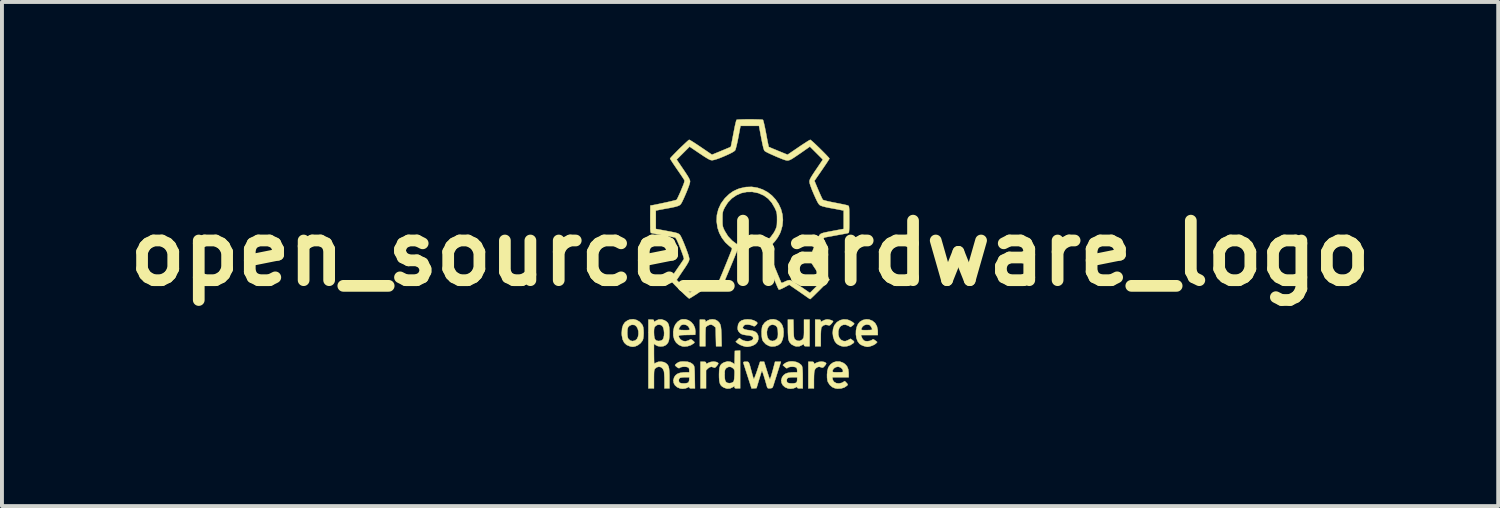
<source format=kicad_pcb>
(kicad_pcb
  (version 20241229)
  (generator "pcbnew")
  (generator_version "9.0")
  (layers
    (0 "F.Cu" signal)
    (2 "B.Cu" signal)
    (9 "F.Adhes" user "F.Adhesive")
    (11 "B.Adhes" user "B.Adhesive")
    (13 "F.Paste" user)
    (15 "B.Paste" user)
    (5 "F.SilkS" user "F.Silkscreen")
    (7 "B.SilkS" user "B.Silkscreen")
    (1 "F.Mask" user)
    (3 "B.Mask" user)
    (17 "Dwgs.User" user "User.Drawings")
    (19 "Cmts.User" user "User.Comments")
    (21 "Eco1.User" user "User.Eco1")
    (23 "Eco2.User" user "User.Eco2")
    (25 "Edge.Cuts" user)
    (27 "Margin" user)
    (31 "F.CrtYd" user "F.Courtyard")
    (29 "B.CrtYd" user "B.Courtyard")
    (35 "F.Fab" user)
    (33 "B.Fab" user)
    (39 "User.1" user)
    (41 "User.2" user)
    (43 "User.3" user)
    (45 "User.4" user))
  (footprint "open_source_hardware_logo"
    (layer "F.Cu")
    (at 16.154 3.434)
    (property "Reference" "open_source_hardware_logo" (at 0 0 0) (layer "F.SilkS") (effects (font (size 1.524 1.524) (thickness 0.3))))
    (attr through_hole)
    (fp_poly (pts (xy -0.869 2.783) (xy -0.843 2.793) (xy -0.819 2.809) (xy -0.813 2.826) (xy -0.827 2.852) (xy -0.855 2.887) (xy -0.885 2.92) (xy -0.907 2.931) (xy -0.93 2.924) (xy -0.933 2.923) (xy -0.988 2.906) (xy -1.04 2.92) (xy -1.081 2.952) (xy -1.127 2.998) (xy -1.127 3.461) (xy -1.27 3.461) (xy -1.27 2.778) (xy -1.199 2.778) (xy -1.154 2.78) (xy -1.133 2.789) (xy -1.127 2.808) (xy -1.127 2.809) (xy -1.126 2.828) (xy -1.116 2.831) (xy -1.09 2.819) (xy -1.07 2.807) (xy -1.007 2.783) (xy -0.935 2.774) (xy -0.869 2.783)) (stroke (width 0.01) (type solid)) (fill yes) (layer "F.SilkS"))
    (fp_poly (pts (xy 1.893 2.783) (xy 1.919 2.793) (xy 1.944 2.81) (xy 1.949 2.828) (xy 1.934 2.855) (xy 1.909 2.886) (xy 1.88 2.918) (xy 1.857 2.929) (xy 1.829 2.924) (xy 1.813 2.918) (xy 1.771 2.906) (xy 1.738 2.912) (xy 1.718 2.922) (xy 1.687 2.943) (xy 1.665 2.969) (xy 1.65 3.007) (xy 1.641 3.06) (xy 1.637 3.135) (xy 1.635 3.236) (xy 1.635 3.242) (xy 1.635 3.461) (xy 1.492 3.461) (xy 1.492 2.778) (xy 1.564 2.778) (xy 1.608 2.78) (xy 1.63 2.789) (xy 1.635 2.808) (xy 1.635 2.809) (xy 1.637 2.828) (xy 1.647 2.831) (xy 1.672 2.819) (xy 1.692 2.807) (xy 1.755 2.783) (xy 1.827 2.774) (xy 1.893 2.783)) (stroke (width 0.01) (type solid)) (fill yes) (layer "F.SilkS"))
    (fp_poly (pts (xy 2.015 1.698) (xy 2.061 1.709) (xy 2.101 1.723) (xy 2.124 1.739) (xy 2.127 1.744) (xy 2.117 1.761) (xy 2.093 1.793) (xy 2.082 1.806) (xy 2.052 1.837) (xy 2.029 1.848) (xy 2 1.843) (xy 1.989 1.839) (xy 1.931 1.831) (xy 1.875 1.848) (xy 1.835 1.886) (xy 1.828 1.899) (xy 1.82 1.931) (xy 1.815 1.99) (xy 1.811 2.069) (xy 1.81 2.16) (xy 1.81 2.381) (xy 1.667 2.381) (xy 1.667 1.699) (xy 1.738 1.699) (xy 1.783 1.701) (xy 1.804 1.709) (xy 1.81 1.728) (xy 1.81 1.73) (xy 1.811 1.749) (xy 1.821 1.752) (xy 1.847 1.739) (xy 1.865 1.728) (xy 1.916 1.706) (xy 1.967 1.694) (xy 1.974 1.694) (xy 2.015 1.698)) (stroke (width 0.01) (type solid)) (fill yes) (layer "F.SilkS"))
    (fp_poly (pts (xy -0.894 1.701) (xy -0.845 1.725) (xy -0.808 1.756) (xy -0.781 1.788) (xy -0.761 1.829) (xy -0.748 1.881) (xy -0.74 1.952) (xy -0.735 2.045) (xy -0.733 2.123) (xy -0.727 2.381) (xy -0.87 2.381) (xy -0.876 2.142) (xy -0.881 1.902) (xy -0.926 1.864) (xy -0.964 1.838) (xy -0.998 1.826) (xy -1.002 1.826) (xy -1.045 1.835) (xy -1.091 1.857) (xy -1.125 1.884) (xy -1.133 1.898) (xy -1.137 1.922) (xy -1.14 1.972) (xy -1.142 2.041) (xy -1.143 2.122) (xy -1.143 2.152) (xy -1.143 2.381) (xy -1.286 2.381) (xy -1.286 1.699) (xy -1.214 1.699) (xy -1.17 1.701) (xy -1.149 1.709) (xy -1.143 1.728) (xy -1.143 1.731) (xy -1.142 1.751) (xy -1.132 1.753) (xy -1.107 1.736) (xy -1.095 1.728) (xy -1.035 1.7) (xy -0.964 1.691) (xy -0.894 1.701)) (stroke (width 0.01) (type solid)) (fill yes) (layer "F.SilkS"))
    (fp_poly (pts (xy 1.114 1.936) (xy 1.116 2.029) (xy 1.119 2.095) (xy 1.123 2.14) (xy 1.13 2.17) (xy 1.139 2.191) (xy 1.152 2.207) (xy 1.155 2.209) (xy 1.206 2.24) (xy 1.264 2.245) (xy 1.318 2.223) (xy 1.343 2.201) (xy 1.358 2.182) (xy 1.369 2.162) (xy 1.375 2.135) (xy 1.379 2.094) (xy 1.381 2.035) (xy 1.381 1.951) (xy 1.381 1.928) (xy 1.381 1.699) (xy 1.524 1.699) (xy 1.524 2.381) (xy 1.453 2.381) (xy 1.408 2.379) (xy 1.387 2.371) (xy 1.381 2.352) (xy 1.381 2.349) (xy 1.38 2.328) (xy 1.37 2.326) (xy 1.344 2.343) (xy 1.337 2.347) (xy 1.263 2.382) (xy 1.183 2.385) (xy 1.136 2.373) (xy 1.059 2.332) (xy 1.007 2.272) (xy 0.984 2.213) (xy 0.978 2.174) (xy 0.974 2.112) (xy 0.97 2.033) (xy 0.969 1.947) (xy 0.969 1.925) (xy 0.968 1.699) (xy 1.109 1.699) (xy 1.114 1.936)) (stroke (width 0.01) (type solid)) (fill yes) (layer "F.SilkS"))
    (fp_poly (pts (xy 2.487 1.699) (xy 2.488 1.699) (xy 2.537 1.716) (xy 2.588 1.74) (xy 2.632 1.768) (xy 2.661 1.794) (xy 2.667 1.808) (xy 2.655 1.824) (xy 2.627 1.849) (xy 2.62 1.854) (xy 2.573 1.889) (xy 2.516 1.855) (xy 2.447 1.829) (xy 2.381 1.833) (xy 2.325 1.862) (xy 2.283 1.915) (xy 2.261 1.989) (xy 2.26 1.995) (xy 2.26 2.086) (xy 2.282 2.161) (xy 2.325 2.214) (xy 2.339 2.224) (xy 2.392 2.248) (xy 2.441 2.251) (xy 2.497 2.23) (xy 2.513 2.222) (xy 2.573 2.19) (xy 2.62 2.223) (xy 2.655 2.252) (xy 2.665 2.273) (xy 2.649 2.296) (xy 2.639 2.305) (xy 2.565 2.353) (xy 2.48 2.381) (xy 2.394 2.388) (xy 2.33 2.375) (xy 2.258 2.343) (xy 2.207 2.304) (xy 2.168 2.25) (xy 2.157 2.227) (xy 2.127 2.138) (xy 2.116 2.04) (xy 2.125 1.942) (xy 2.153 1.857) (xy 2.161 1.841) (xy 2.223 1.766) (xy 2.301 1.716) (xy 2.391 1.693) (xy 2.487 1.699)) (stroke (width 0.01) (type solid)) (fill yes) (layer "F.SilkS"))
    (fp_poly (pts (xy 0.681 1.708) (xy 0.751 1.749) (xy 0.808 1.813) (xy 0.827 1.848) (xy 0.851 1.927) (xy 0.859 2.018) (xy 0.854 2.112) (xy 0.835 2.201) (xy 0.804 2.275) (xy 0.781 2.307) (xy 0.719 2.354) (xy 0.64 2.382) (xy 0.556 2.388) (xy 0.487 2.374) (xy 0.402 2.327) (xy 0.337 2.257) (xy 0.321 2.23) (xy 0.307 2.183) (xy 0.298 2.115) (xy 0.295 2.037) (xy 0.296 2.012) (xy 0.43 2.012) (xy 0.434 2.097) (xy 0.445 2.147) (xy 0.475 2.203) (xy 0.521 2.237) (xy 0.576 2.248) (xy 0.633 2.234) (xy 0.679 2.198) (xy 0.699 2.169) (xy 0.71 2.135) (xy 0.714 2.084) (xy 0.714 2.048) (xy 0.71 1.963) (xy 0.696 1.903) (xy 0.67 1.864) (xy 0.632 1.84) (xy 0.57 1.828) (xy 0.516 1.843) (xy 0.473 1.881) (xy 0.444 1.939) (xy 0.43 2.012) (xy 0.296 2.012) (xy 0.298 1.96) (xy 0.307 1.893) (xy 0.321 1.849) (xy 0.376 1.775) (xy 0.444 1.724) (xy 0.522 1.695) (xy 0.603 1.69) (xy 0.681 1.708)) (stroke (width 0.01) (type solid)) (fill yes) (layer "F.SilkS"))
    (fp_poly (pts (xy -2.903 1.71) (xy -2.826 1.756) (xy -2.765 1.824) (xy -2.75 1.849) (xy -2.735 1.897) (xy -2.727 1.966) (xy -2.724 2.044) (xy -2.728 2.122) (xy -2.737 2.19) (xy -2.751 2.233) (xy -2.802 2.3) (xy -2.872 2.354) (xy -2.933 2.381) (xy -2.976 2.391) (xy -3.006 2.394) (xy -3.041 2.39) (xy -3.078 2.381) (xy -3.16 2.347) (xy -3.222 2.289) (xy -3.263 2.207) (xy -3.283 2.101) (xy -3.286 2.041) (xy -3.283 2.008) (xy -3.143 2.008) (xy -3.142 2.076) (xy -3.135 2.138) (xy -3.122 2.182) (xy -3.118 2.188) (xy -3.07 2.234) (xy -3.012 2.25) (xy -2.948 2.236) (xy -2.938 2.231) (xy -2.895 2.193) (xy -2.869 2.137) (xy -2.857 2.069) (xy -2.859 1.998) (xy -2.876 1.932) (xy -2.906 1.877) (xy -2.949 1.841) (xy -2.964 1.836) (xy -3.026 1.831) (xy -3.081 1.851) (xy -3.121 1.89) (xy -3.125 1.899) (xy -3.138 1.946) (xy -3.143 2.008) (xy -3.283 2.008) (xy -3.277 1.925) (xy -3.249 1.834) (xy -3.202 1.766) (xy -3.134 1.719) (xy -3.075 1.697) (xy -2.988 1.689) (xy -2.903 1.71)) (stroke (width 0.01) (type solid)) (fill yes) (layer "F.SilkS"))
    (fp_poly (pts (xy 2.297 2.773) (xy 2.379 2.803) (xy 2.43 2.837) (xy 2.482 2.895) (xy 2.512 2.967) (xy 2.524 3.058) (xy 2.524 3.079) (xy 2.524 3.175) (xy 2.111 3.175) (xy 2.111 3.215) (xy 2.124 3.256) (xy 2.153 3.295) (xy 2.208 3.326) (xy 2.275 3.334) (xy 2.345 3.319) (xy 2.376 3.303) (xy 2.425 3.273) (xy 2.468 3.317) (xy 2.494 3.347) (xy 2.5 3.366) (xy 2.487 3.384) (xy 2.484 3.388) (xy 2.416 3.435) (xy 2.331 3.462) (xy 2.237 3.467) (xy 2.178 3.458) (xy 2.105 3.427) (xy 2.041 3.371) (xy 1.996 3.301) (xy 1.983 3.267) (xy 1.972 3.191) (xy 1.971 3.103) (xy 1.98 3.016) (xy 1.98 3.016) (xy 2.111 3.016) (xy 2.114 3.031) (xy 2.125 3.041) (xy 2.151 3.046) (xy 2.199 3.048) (xy 2.246 3.048) (xy 2.312 3.047) (xy 2.352 3.045) (xy 2.373 3.038) (xy 2.38 3.027) (xy 2.381 3.016) (xy 2.367 2.972) (xy 2.33 2.934) (xy 2.281 2.91) (xy 2.246 2.905) (xy 2.193 2.917) (xy 2.147 2.947) (xy 2.117 2.988) (xy 2.111 3.016) (xy 1.98 3.016) (xy 1.998 2.941) (xy 2.01 2.913) (xy 2.063 2.842) (xy 2.132 2.794) (xy 2.212 2.771) (xy 2.297 2.773)) (stroke (width 0.01) (type solid)) (fill yes) (layer "F.SilkS"))
    (fp_poly (pts (xy -0.254 3.461) (xy -0.325 3.461) (xy -0.37 3.459) (xy -0.391 3.45) (xy -0.397 3.431) (xy -0.397 3.429) (xy -0.398 3.408) (xy -0.408 3.406) (xy -0.434 3.423) (xy -0.441 3.427) (xy -0.514 3.462) (xy -0.591 3.466) (xy -0.667 3.441) (xy -0.716 3.412) (xy -0.75 3.377) (xy -0.773 3.331) (xy -0.787 3.269) (xy -0.793 3.184) (xy -0.794 3.112) (xy -0.651 3.112) (xy -0.648 3.195) (xy -0.639 3.253) (xy -0.62 3.291) (xy -0.592 3.314) (xy -0.582 3.318) (xy -0.531 3.327) (xy -0.476 3.319) (xy -0.432 3.296) (xy -0.429 3.293) (xy -0.415 3.266) (xy -0.405 3.214) (xy -0.4 3.135) (xy -0.399 3.128) (xy -0.397 3.059) (xy -0.398 3.015) (xy -0.405 2.986) (xy -0.417 2.964) (xy -0.434 2.946) (xy -0.487 2.912) (xy -0.544 2.907) (xy -0.599 2.932) (xy -0.612 2.944) (xy -0.632 2.967) (xy -0.643 2.993) (xy -0.649 3.03) (xy -0.651 3.088) (xy -0.651 3.112) (xy -0.794 3.112) (xy -0.794 3.111) (xy -0.791 3.01) (xy -0.782 2.935) (xy -0.765 2.88) (xy -0.736 2.84) (xy -0.694 2.81) (xy -0.658 2.792) (xy -0.576 2.77) (xy -0.499 2.779) (xy -0.437 2.812) (xy -0.398 2.843) (xy -0.389 2.5) (xy -0.321 2.495) (xy -0.254 2.491) (xy -0.254 3.461)) (stroke (width 0.01) (type solid)) (fill yes) (layer "F.SilkS"))
    (fp_poly (pts (xy 3.046 1.696) (xy 3.134 1.731) (xy 3.202 1.788) (xy 3.247 1.867) (xy 3.268 1.965) (xy 3.27 2.004) (xy 3.27 2.095) (xy 2.839 2.095) (xy 2.85 2.131) (xy 2.88 2.196) (xy 2.921 2.238) (xy 2.946 2.248) (xy 3.001 2.253) (xy 3.061 2.245) (xy 3.111 2.226) (xy 3.126 2.216) (xy 3.145 2.203) (xy 3.166 2.207) (xy 3.198 2.229) (xy 3.204 2.233) (xy 3.256 2.274) (xy 3.221 2.312) (xy 3.183 2.339) (xy 3.128 2.365) (xy 3.067 2.385) (xy 3.014 2.396) (xy 3.001 2.396) (xy 2.972 2.391) (xy 2.926 2.379) (xy 2.907 2.373) (xy 2.855 2.352) (xy 2.81 2.324) (xy 2.801 2.317) (xy 2.754 2.253) (xy 2.723 2.17) (xy 2.71 2.077) (xy 2.712 1.98) (xy 2.719 1.95) (xy 2.846 1.95) (xy 2.851 1.96) (xy 2.87 1.966) (xy 2.908 1.968) (xy 2.972 1.968) (xy 2.983 1.968) (xy 3.057 1.967) (xy 3.106 1.962) (xy 3.127 1.954) (xy 3.127 1.952) (xy 3.118 1.918) (xy 3.096 1.878) (xy 3.069 1.845) (xy 3.055 1.835) (xy 2.987 1.824) (xy 2.925 1.841) (xy 2.876 1.882) (xy 2.85 1.933) (xy 2.846 1.95) (xy 2.719 1.95) (xy 2.731 1.889) (xy 2.766 1.81) (xy 2.812 1.755) (xy 2.888 1.71) (xy 2.974 1.691) (xy 3.046 1.696)) (stroke (width 0.01) (type solid)) (fill yes) (layer "F.SilkS"))
    (fp_poly (pts (xy -1.573 1.717) (xy -1.503 1.765) (xy -1.447 1.833) (xy -1.411 1.915) (xy -1.399 2.006) (xy -1.4 2.029) (xy -1.405 2.088) (xy -1.615 2.092) (xy -1.7 2.094) (xy -1.759 2.097) (xy -1.796 2.1) (xy -1.816 2.107) (xy -1.824 2.116) (xy -1.826 2.129) (xy -1.815 2.16) (xy -1.788 2.198) (xy -1.779 2.208) (xy -1.721 2.245) (xy -1.654 2.254) (xy -1.583 2.236) (xy -1.563 2.225) (xy -1.532 2.207) (xy -1.51 2.205) (xy -1.484 2.221) (xy -1.464 2.238) (xy -1.432 2.266) (xy -1.423 2.283) (xy -1.433 2.299) (xy -1.44 2.305) (xy -1.512 2.351) (xy -1.597 2.38) (xy -1.684 2.389) (xy -1.738 2.383) (xy -1.825 2.346) (xy -1.893 2.287) (xy -1.94 2.208) (xy -1.965 2.113) (xy -1.967 2.006) (xy -1.956 1.952) (xy -1.826 1.952) (xy -1.81 1.96) (xy -1.767 1.966) (xy -1.698 1.968) (xy -1.682 1.968) (xy -1.614 1.968) (xy -1.572 1.966) (xy -1.551 1.961) (xy -1.545 1.951) (xy -1.548 1.936) (xy -1.549 1.933) (xy -1.581 1.874) (xy -1.633 1.837) (xy -1.696 1.824) (xy -1.753 1.835) (xy -1.778 1.856) (xy -1.804 1.894) (xy -1.822 1.933) (xy -1.826 1.952) (xy -1.956 1.952) (xy -1.945 1.894) (xy -1.909 1.818) (xy -1.855 1.754) (xy -1.79 1.709) (xy -1.741 1.692) (xy -1.654 1.691) (xy -1.573 1.717)) (stroke (width 0.01) (type solid)) (fill yes) (layer "F.SilkS"))
    (fp_poly (pts (xy 1.18 2.783) (xy 1.252 2.814) (xy 1.308 2.859) (xy 1.329 2.89) (xy 1.338 2.924) (xy 1.344 2.986) (xy 1.348 3.077) (xy 1.349 3.195) (xy 1.349 3.461) (xy 1.278 3.461) (xy 1.231 3.458) (xy 1.21 3.447) (xy 1.206 3.437) (xy 1.203 3.421) (xy 1.187 3.425) (xy 1.171 3.435) (xy 1.11 3.46) (xy 1.037 3.469) (xy 0.973 3.462) (xy 0.895 3.429) (xy 0.839 3.379) (xy 0.806 3.317) (xy 0.8 3.26) (xy 0.937 3.26) (xy 0.947 3.299) (xy 0.964 3.317) (xy 1.003 3.328) (xy 1.058 3.333) (xy 1.116 3.331) (xy 1.163 3.322) (xy 1.176 3.317) (xy 1.198 3.294) (xy 1.206 3.251) (xy 1.206 3.238) (xy 1.206 3.175) (xy 1.102 3.175) (xy 1.043 3.177) (xy 0.994 3.184) (xy 0.967 3.191) (xy 0.944 3.22) (xy 0.937 3.26) (xy 0.8 3.26) (xy 0.799 3.248) (xy 0.819 3.178) (xy 0.855 3.125) (xy 0.902 3.088) (xy 0.968 3.063) (xy 1.058 3.051) (xy 1.123 3.049) (xy 1.206 3.048) (xy 1.206 2.993) (xy 1.198 2.945) (xy 1.176 2.922) (xy 1.132 2.909) (xy 1.076 2.905) (xy 1.02 2.91) (xy 0.977 2.923) (xy 0.967 2.93) (xy 0.947 2.944) (xy 0.928 2.941) (xy 0.899 2.919) (xy 0.889 2.91) (xy 0.839 2.865) (xy 0.878 2.828) (xy 0.94 2.79) (xy 1.015 2.77) (xy 1.098 2.769) (xy 1.18 2.783)) (stroke (width 0.01) (type solid)) (fill yes) (layer "F.SilkS"))
    (fp_poly (pts (xy 0.02 1.698) (xy 0.089 1.717) (xy 0.115 1.729) (xy 0.165 1.757) (xy 0.186 1.781) (xy 0.18 1.808) (xy 0.151 1.841) (xy 0.124 1.864) (xy 0.102 1.869) (xy 0.069 1.857) (xy 0.058 1.852) (xy 0.006 1.835) (xy -0.054 1.826) (xy -0.07 1.826) (xy -0.119 1.829) (xy -0.148 1.842) (xy -0.169 1.866) (xy -0.186 1.897) (xy -0.184 1.916) (xy -0.169 1.933) (xy -0.134 1.951) (xy -0.071 1.965) (xy -0.024 1.97) (xy 0.068 1.985) (xy 0.134 2.011) (xy 0.178 2.05) (xy 0.205 2.106) (xy 0.207 2.113) (xy 0.214 2.193) (xy 0.192 2.263) (xy 0.144 2.321) (xy 0.072 2.363) (xy 0.016 2.38) (xy -0.039 2.391) (xy -0.077 2.395) (xy -0.113 2.391) (xy -0.161 2.379) (xy -0.177 2.375) (xy -0.238 2.352) (xy -0.296 2.32) (xy -0.31 2.311) (xy -0.368 2.266) (xy -0.321 2.219) (xy -0.274 2.171) (xy -0.225 2.207) (xy -0.171 2.235) (xy -0.109 2.25) (xy -0.046 2.252) (xy 0.011 2.242) (xy 0.055 2.221) (xy 0.078 2.19) (xy 0.079 2.176) (xy 0.071 2.144) (xy 0.042 2.123) (xy -0.012 2.108) (xy -0.04 2.104) (xy -0.119 2.094) (xy -0.173 2.084) (xy -0.211 2.072) (xy -0.238 2.058) (xy -0.263 2.036) (xy -0.269 2.03) (xy -0.302 1.99) (xy -0.316 1.948) (xy -0.318 1.911) (xy -0.306 1.826) (xy -0.273 1.763) (xy -0.215 1.72) (xy -0.134 1.697) (xy -0.063 1.692) (xy 0.02 1.698)) (stroke (width 0.01) (type solid)) (fill yes) (layer "F.SilkS"))
    (fp_poly (pts (xy -0.057 2.78) (xy -0.041 2.789) (xy -0.028 2.809) (xy -0.014 2.843) (xy 0.002 2.897) (xy 0.023 2.975) (xy 0.041 3.04) (xy 0.059 3.108) (xy 0.076 3.166) (xy 0.089 3.206) (xy 0.094 3.218) (xy 0.102 3.211) (xy 0.118 3.178) (xy 0.139 3.124) (xy 0.165 3.054) (xy 0.18 3.008) (xy 0.256 2.778) (xy 0.36 2.778) (xy 0.428 2.996) (xy 0.453 3.075) (xy 0.475 3.143) (xy 0.493 3.194) (xy 0.504 3.223) (xy 0.506 3.226) (xy 0.514 3.216) (xy 0.528 3.18) (xy 0.546 3.123) (xy 0.567 3.05) (xy 0.579 3.008) (xy 0.64 2.778) (xy 0.79 2.778) (xy 0.702 3.052) (xy 0.673 3.145) (xy 0.645 3.232) (xy 0.621 3.306) (xy 0.604 3.362) (xy 0.595 3.389) (xy 0.58 3.43) (xy 0.561 3.449) (xy 0.524 3.457) (xy 0.511 3.458) (xy 0.469 3.459) (xy 0.448 3.449) (xy 0.435 3.422) (xy 0.432 3.41) (xy 0.402 3.304) (xy 0.374 3.208) (xy 0.349 3.127) (xy 0.328 3.064) (xy 0.312 3.023) (xy 0.304 3.009) (xy 0.303 3.009) (xy 0.296 3.027) (xy 0.281 3.069) (xy 0.262 3.131) (xy 0.239 3.206) (xy 0.23 3.236) (xy 0.165 3.453) (xy 0.102 3.458) (xy 0.039 3.462) (xy -0.062 3.148) (xy -0.093 3.052) (xy -0.121 2.965) (xy -0.144 2.892) (xy -0.161 2.839) (xy -0.17 2.809) (xy -0.171 2.806) (xy -0.171 2.789) (xy -0.154 2.78) (xy -0.113 2.778) (xy -0.106 2.778) (xy -0.078 2.778) (xy -0.057 2.78)) (stroke (width 0.01) (type solid)) (fill yes) (layer "F.SilkS"))
    (fp_poly (pts (xy -1.6 2.778) (xy -1.528 2.8) (xy -1.471 2.838) (xy -1.453 2.857) (xy -1.441 2.873) (xy -1.433 2.892) (xy -1.426 2.922) (xy -1.422 2.965) (xy -1.419 3.028) (xy -1.417 3.115) (xy -1.416 3.177) (xy -1.411 3.461) (xy -1.483 3.461) (xy -1.531 3.458) (xy -1.552 3.448) (xy -1.556 3.437) (xy -1.559 3.421) (xy -1.575 3.425) (xy -1.591 3.435) (xy -1.652 3.46) (xy -1.726 3.469) (xy -1.79 3.462) (xy -1.867 3.429) (xy -1.923 3.379) (xy -1.956 3.317) (xy -1.962 3.26) (xy -1.826 3.26) (xy -1.815 3.299) (xy -1.798 3.317) (xy -1.758 3.329) (xy -1.704 3.333) (xy -1.647 3.33) (xy -1.601 3.32) (xy -1.581 3.309) (xy -1.563 3.276) (xy -1.556 3.231) (xy -1.556 3.229) (xy -1.556 3.175) (xy -1.66 3.175) (xy -1.719 3.177) (xy -1.769 3.184) (xy -1.795 3.191) (xy -1.819 3.22) (xy -1.826 3.26) (xy -1.962 3.26) (xy -1.963 3.248) (xy -1.943 3.178) (xy -1.908 3.125) (xy -1.86 3.088) (xy -1.794 3.063) (xy -1.704 3.051) (xy -1.639 3.049) (xy -1.556 3.048) (xy -1.556 2.993) (xy -1.564 2.945) (xy -1.586 2.922) (xy -1.629 2.909) (xy -1.684 2.905) (xy -1.739 2.91) (xy -1.782 2.921) (xy -1.793 2.929) (xy -1.814 2.942) (xy -1.836 2.938) (xy -1.87 2.917) (xy -1.902 2.89) (xy -1.92 2.869) (xy -1.92 2.865) (xy -1.909 2.848) (xy -1.878 2.821) (xy -1.863 2.81) (xy -1.825 2.788) (xy -1.786 2.777) (xy -1.732 2.772) (xy -1.692 2.772) (xy -1.6 2.778)) (stroke (width 0.01) (type solid)) (fill yes) (layer "F.SilkS"))
    (fp_poly (pts (xy -2.19 1.718) (xy -2.141 1.748) (xy -2.106 1.784) (xy -2.083 1.832) (xy -2.07 1.897) (xy -2.064 1.984) (xy -2.064 2.04) (xy -2.067 2.142) (xy -2.076 2.219) (xy -2.094 2.276) (xy -2.123 2.32) (xy -2.163 2.355) (xy -2.22 2.38) (xy -2.29 2.387) (xy -2.36 2.377) (xy -2.415 2.351) (xy -2.461 2.317) (xy -2.461 2.571) (xy -2.46 2.657) (xy -2.459 2.731) (xy -2.457 2.786) (xy -2.454 2.819) (xy -2.452 2.826) (xy -2.434 2.818) (xy -2.405 2.801) (xy -2.35 2.78) (xy -2.281 2.775) (xy -2.212 2.787) (xy -2.174 2.803) (xy -2.137 2.829) (xy -2.108 2.859) (xy -2.088 2.898) (xy -2.075 2.951) (xy -2.068 3.023) (xy -2.064 3.118) (xy -2.064 3.203) (xy -2.064 3.461) (xy -2.191 3.461) (xy -2.191 3.266) (xy -2.192 3.185) (xy -2.196 3.109) (xy -2.201 3.048) (xy -2.207 3.013) (xy -2.236 2.954) (xy -2.281 2.917) (xy -2.334 2.905) (xy -2.388 2.919) (xy -2.422 2.944) (xy -2.437 2.96) (xy -2.447 2.978) (xy -2.454 3.002) (xy -2.458 3.038) (xy -2.46 3.093) (xy -2.461 3.17) (xy -2.461 3.222) (xy -2.461 3.461) (xy -2.603 3.461) (xy -2.603 2.022) (xy -2.461 2.022) (xy -2.457 2.112) (xy -2.446 2.175) (xy -2.425 2.216) (xy -2.393 2.238) (xy -2.344 2.247) (xy -2.289 2.24) (xy -2.246 2.22) (xy -2.241 2.216) (xy -2.217 2.173) (xy -2.203 2.111) (xy -2.2 2.039) (xy -2.207 1.967) (xy -2.223 1.904) (xy -2.248 1.86) (xy -2.254 1.854) (xy -2.308 1.829) (xy -2.367 1.831) (xy -2.419 1.862) (xy -2.422 1.865) (xy -2.442 1.889) (xy -2.454 1.916) (xy -2.459 1.956) (xy -2.461 2.019) (xy -2.461 2.022) (xy -2.603 2.022) (xy -2.603 1.699) (xy -2.532 1.699) (xy -2.487 1.701) (xy -2.466 1.709) (xy -2.461 1.728) (xy -2.461 1.731) (xy -2.459 1.752) (xy -2.449 1.754) (xy -2.423 1.737) (xy -2.417 1.732) (xy -2.343 1.697) (xy -2.267 1.693) (xy -2.19 1.718)) (stroke (width 0.01) (type solid)) (fill yes) (layer "F.SilkS"))
    (fp_poly (pts (xy 0.09 -3.428) (xy 0.178 -3.426) (xy 0.25 -3.424) (xy 0.301 -3.421) (xy 0.327 -3.417) (xy 0.328 -3.417) (xy 0.337 -3.398) (xy 0.349 -3.353) (xy 0.365 -3.286) (xy 0.383 -3.202) (xy 0.402 -3.106) (xy 0.41 -3.067) (xy 0.428 -2.968) (xy 0.445 -2.879) (xy 0.46 -2.807) (xy 0.471 -2.754) (xy 0.477 -2.727) (xy 0.478 -2.724) (xy 0.494 -2.716) (xy 0.535 -2.698) (xy 0.594 -2.673) (xy 0.668 -2.643) (xy 0.722 -2.62) (xy 0.96 -2.523) (xy 1.241 -2.714) (xy 1.325 -2.771) (xy 1.401 -2.82) (xy 1.464 -2.861) (xy 1.512 -2.89) (xy 1.539 -2.904) (xy 1.542 -2.905) (xy 1.559 -2.894) (xy 1.593 -2.865) (xy 1.642 -2.821) (xy 1.7 -2.766) (xy 1.763 -2.705) (xy 1.828 -2.641) (xy 1.891 -2.578) (xy 1.947 -2.521) (xy 1.991 -2.474) (xy 2.021 -2.44) (xy 2.032 -2.424) (xy 2.023 -2.407) (xy 1.999 -2.369) (xy 1.962 -2.312) (xy 1.915 -2.242) (xy 1.86 -2.161) (xy 1.84 -2.132) (xy 1.648 -1.854) (xy 1.746 -1.621) (xy 1.781 -1.541) (xy 1.813 -1.469) (xy 1.839 -1.413) (xy 1.858 -1.378) (xy 1.864 -1.369) (xy 1.885 -1.359) (xy 1.932 -1.346) (xy 2 -1.329) (xy 2.083 -1.311) (xy 2.176 -1.293) (xy 2.271 -1.274) (xy 2.357 -1.257) (xy 2.428 -1.242) (xy 2.479 -1.23) (xy 2.504 -1.222) (xy 2.516 -1.217) (xy 2.525 -1.208) (xy 2.531 -1.192) (xy 2.535 -1.165) (xy 2.538 -1.123) (xy 2.539 -1.061) (xy 2.54 -0.975) (xy 2.54 -0.867) (xy 2.54 -0.754) (xy 2.539 -0.669) (xy 2.537 -0.607) (xy 2.534 -0.565) (xy 2.53 -0.539) (xy 2.524 -0.525) (xy 2.515 -0.519) (xy 2.512 -0.518) (xy 2.488 -0.512) (xy 2.438 -0.502) (xy 2.369 -0.489) (xy 2.285 -0.474) (xy 2.215 -0.461) (xy 2.124 -0.444) (xy 2.042 -0.429) (xy 1.974 -0.417) (xy 1.928 -0.408) (xy 1.911 -0.405) (xy 1.896 -0.396) (xy 1.879 -0.375) (xy 1.858 -0.337) (xy 1.831 -0.28) (xy 1.797 -0.198) (xy 1.771 -0.134) (xy 1.738 -0.048) (xy 1.71 0.028) (xy 1.69 0.089) (xy 1.679 0.131) (xy 1.677 0.148) (xy 1.689 0.166) (xy 1.717 0.207) (xy 1.756 0.264) (xy 1.804 0.334) (xy 1.858 0.413) (xy 1.86 0.416) (xy 1.914 0.494) (xy 1.961 0.564) (xy 1.998 0.621) (xy 2.022 0.66) (xy 2.032 0.678) (xy 2.032 0.678) (xy 2.021 0.693) (xy 1.992 0.725) (xy 1.948 0.771) (xy 1.893 0.828) (xy 1.831 0.89) (xy 1.767 0.955) (xy 1.703 1.018) (xy 1.645 1.076) (xy 1.596 1.123) (xy 1.56 1.157) (xy 1.541 1.173) (xy 1.539 1.174) (xy 1.523 1.165) (xy 1.489 1.143) (xy 1.443 1.111) (xy 1.437 1.106) (xy 1.385 1.07) (xy 1.316 1.022) (xy 1.24 0.969) (xy 1.172 0.923) (xy 1.002 0.806) (xy 0.875 0.875) (xy 0.805 0.91) (xy 0.757 0.928) (xy 0.733 0.929) (xy 0.733 0.928) (xy 0.724 0.911) (xy 0.704 0.868) (xy 0.676 0.803) (xy 0.641 0.722) (xy 0.601 0.626) (xy 0.557 0.522) (xy 0.511 0.412) (xy 0.465 0.3) (xy 0.42 0.191) (xy 0.378 0.089) (xy 0.341 -0.003) (xy 0.31 -0.081) (xy 0.286 -0.14) (xy 0.273 -0.177) (xy 0.27 -0.187) (xy 0.282 -0.202) (xy 0.314 -0.228) (xy 0.346 -0.25) (xy 0.443 -0.326) (xy 0.533 -0.421) (xy 0.608 -0.524) (xy 0.64 -0.583) (xy 0.662 -0.633) (xy 0.677 -0.675) (xy 0.686 -0.717) (xy 0.689 -0.77) (xy 0.691 -0.843) (xy 0.691 -0.865) (xy 0.69 -0.943) (xy 0.687 -1) (xy 0.68 -1.044) (xy 0.667 -1.085) (xy 0.645 -1.134) (xy 0.633 -1.161) (xy 0.556 -1.293) (xy 0.463 -1.398) (xy 0.352 -1.479) (xy 0.22 -1.537) (xy 0.205 -1.542) (xy 0.06 -1.571) (xy -0.083 -1.57) (xy -0.222 -1.541) (xy -0.351 -1.485) (xy -0.468 -1.404) (xy -0.569 -1.299) (xy -0.65 -1.171) (xy -0.655 -1.16) (xy -0.678 -1.113) (xy -0.692 -1.074) (xy -0.701 -1.034) (xy -0.705 -0.984) (xy -0.706 -0.916) (xy -0.706 -0.872) (xy -0.706 -0.793) (xy -0.704 -0.736) (xy -0.698 -0.692) (xy -0.686 -0.653) (xy -0.667 -0.609) (xy -0.646 -0.567) (xy -0.564 -0.434) (xy -0.458 -0.322) (xy -0.365 -0.252) (xy -0.323 -0.223) (xy -0.294 -0.198) (xy -0.286 -0.186) (xy -0.292 -0.168) (xy -0.308 -0.124) (xy -0.334 -0.059) (xy -0.367 0.023) (xy -0.406 0.119) (xy -0.449 0.224) (xy -0.495 0.334) (xy -0.541 0.445) (xy -0.587 0.554) (xy -0.63 0.656) (xy -0.669 0.748) (xy -0.702 0.825) (xy -0.727 0.883) (xy -0.744 0.919) (xy -0.749 0.928) (xy -0.77 0.929) (xy -0.816 0.913) (xy -0.883 0.879) (xy -0.891 0.875) (xy -1.018 0.806) (xy -1.278 0.983) (xy -1.358 1.037) (xy -1.431 1.084) (xy -1.492 1.122) (xy -1.535 1.148) (xy -1.557 1.159) (xy -1.559 1.159) (xy -1.575 1.148) (xy -1.609 1.119) (xy -1.658 1.075) (xy -1.716 1.02) (xy -1.779 0.958) (xy -1.844 0.894) (xy -1.907 0.832) (xy -1.962 0.775) (xy -2.007 0.727) (xy -2.037 0.694) (xy -2.048 0.678) (xy -2.039 0.661) (xy -2.015 0.623) (xy -1.979 0.567) (xy -1.932 0.498) (xy -1.879 0.42) (xy -1.876 0.416) (xy -1.822 0.337) (xy -1.773 0.266) (xy -1.734 0.208) (xy -1.706 0.167) (xy -1.693 0.148) (xy -1.693 0.148) (xy -1.695 0.128) (xy -1.708 0.083) (xy -1.729 0.02) (xy -1.758 -0.058) (xy -1.787 -0.134) (xy -1.827 -0.232) (xy -1.858 -0.304) (xy -1.882 -0.354) (xy -1.902 -0.385) (xy -1.917 -0.401) (xy -1.927 -0.405) (xy -1.953 -0.41) (xy -2.005 -0.42) (xy -2.076 -0.433) (xy -2.161 -0.448) (xy -2.23 -0.461) (xy -2.321 -0.477) (xy -2.402 -0.492) (xy -2.467 -0.505) (xy -2.512 -0.514) (xy -2.528 -0.518) (xy -2.537 -0.523) (xy -2.544 -0.534) (xy -2.549 -0.556) (xy -2.552 -0.593) (xy -2.554 -0.648) (xy -2.555 -0.726) (xy -2.556 -0.829) (xy -2.556 -0.874) (xy -2.556 -0.975) (xy -2.555 -1.065) (xy -2.555 -1.093) (xy -2.413 -1.093) (xy -2.413 -0.623) (xy -2.179 -0.58) (xy -2.067 -0.559) (xy -1.981 -0.542) (xy -1.918 -0.529) (xy -1.874 -0.517) (xy -1.843 -0.505) (xy -1.821 -0.493) (xy -1.804 -0.479) (xy -1.798 -0.472) (xy -1.778 -0.442) (xy -1.75 -0.387) (xy -1.718 -0.315) (xy -1.683 -0.231) (xy -1.648 -0.143) (xy -1.615 -0.055) (xy -1.587 0.024) (xy -1.567 0.09) (xy -1.557 0.135) (xy -1.556 0.146) (xy -1.559 0.172) (xy -1.569 0.203) (xy -1.589 0.243) (xy -1.62 0.297) (xy -1.666 0.368) (xy -1.718 0.444) (xy -1.88 0.684) (xy -1.715 0.849) (xy -1.656 0.907) (xy -1.604 0.954) (xy -1.563 0.988) (xy -1.538 1.004) (xy -1.533 1.004) (xy -1.515 0.992) (xy -1.475 0.965) (xy -1.419 0.927) (xy -1.352 0.881) (xy -1.31 0.852) (xy -1.218 0.789) (xy -1.147 0.742) (xy -1.092 0.712) (xy -1.048 0.695) (xy -1.011 0.69) (xy -0.976 0.697) (xy -0.938 0.712) (xy -0.915 0.723) (xy -0.868 0.746) (xy -0.833 0.759) (xy -0.819 0.761) (xy -0.811 0.744) (xy -0.792 0.702) (xy -0.766 0.639) (xy -0.733 0.561) (xy -0.695 0.471) (xy -0.656 0.374) (xy -0.615 0.275) (xy -0.576 0.178) (xy -0.54 0.088) (xy -0.508 0.009) (xy -0.483 -0.055) (xy -0.467 -0.098) (xy -0.461 -0.117) (xy -0.461 -0.117) (xy -0.473 -0.136) (xy -0.504 -0.165) (xy -0.533 -0.187) (xy -0.632 -0.278) (xy -0.719 -0.392) (xy -0.788 -0.52) (xy -0.833 -0.654) (xy -0.833 -0.655) (xy -0.856 -0.818) (xy -0.849 -0.977) (xy -0.811 -1.129) (xy -0.745 -1.272) (xy -0.649 -1.403) (xy -0.633 -1.42) (xy -0.534 -1.515) (xy -0.434 -1.586) (xy -0.323 -1.639) (xy -0.261 -1.661) (xy -0.107 -1.695) (xy 0.043 -1.7) (xy 0.187 -1.678) (xy 0.322 -1.632) (xy 0.447 -1.565) (xy 0.558 -1.479) (xy 0.654 -1.376) (xy 0.732 -1.26) (xy 0.791 -1.132) (xy 0.828 -0.995) (xy 0.841 -0.851) (xy 0.827 -0.704) (xy 0.785 -0.556) (xy 0.76 -0.497) (xy 0.704 -0.398) (xy 0.632 -0.301) (xy 0.555 -0.219) (xy 0.51 -0.183) (xy 0.473 -0.152) (xy 0.449 -0.126) (xy 0.445 -0.117) (xy 0.451 -0.099) (xy 0.467 -0.056) (xy 0.491 0.007) (xy 0.523 0.086) (xy 0.559 0.176) (xy 0.598 0.273) (xy 0.639 0.372) (xy 0.679 0.469) (xy 0.716 0.559) (xy 0.749 0.638) (xy 0.776 0.701) (xy 0.795 0.743) (xy 0.804 0.761) (xy 0.804 0.761) (xy 0.82 0.758) (xy 0.856 0.744) (xy 0.897 0.724) (xy 0.962 0.696) (xy 1.011 0.688) (xy 1.029 0.69) (xy 1.056 0.702) (xy 1.104 0.729) (xy 1.168 0.768) (xy 1.241 0.816) (xy 1.303 0.858) (xy 1.532 1.016) (xy 1.698 0.85) (xy 1.864 0.683) (xy 1.702 0.446) (xy 1.642 0.357) (xy 1.599 0.29) (xy 1.569 0.24) (xy 1.551 0.202) (xy 1.542 0.172) (xy 1.54 0.147) (xy 1.546 0.11) (xy 1.563 0.051) (xy 1.588 -0.024) (xy 1.619 -0.11) (xy 1.654 -0.199) (xy 1.689 -0.285) (xy 1.723 -0.362) (xy 1.753 -0.424) (xy 1.776 -0.465) (xy 1.782 -0.472) (xy 1.798 -0.488) (xy 1.817 -0.501) (xy 1.844 -0.512) (xy 1.883 -0.524) (xy 1.939 -0.537) (xy 2.015 -0.552) (xy 2.116 -0.571) (xy 2.163 -0.58) (xy 2.397 -0.623) (xy 2.397 -1.093) (xy 2.322 -1.108) (xy 2.277 -1.117) (xy 2.209 -1.13) (xy 2.129 -1.145) (xy 2.044 -1.16) (xy 2.042 -1.16) (xy 1.936 -1.182) (xy 1.854 -1.203) (xy 1.801 -1.223) (xy 1.789 -1.23) (xy 1.768 -1.249) (xy 1.745 -1.28) (xy 1.718 -1.328) (xy 1.685 -1.396) (xy 1.643 -1.489) (xy 1.631 -1.516) (xy 1.584 -1.628) (xy 1.55 -1.72) (xy 1.528 -1.788) (xy 1.521 -1.831) (xy 1.523 -1.856) (xy 1.531 -1.885) (xy 1.548 -1.921) (xy 1.575 -1.968) (xy 1.616 -2.032) (xy 1.672 -2.117) (xy 1.692 -2.145) (xy 1.864 -2.399) (xy 1.698 -2.565) (xy 1.532 -2.731) (xy 1.302 -2.57) (xy 1.204 -2.503) (xy 1.128 -2.452) (xy 1.07 -2.415) (xy 1.025 -2.392) (xy 0.99 -2.379) (xy 0.96 -2.375) (xy 0.932 -2.377) (xy 0.92 -2.38) (xy 0.876 -2.393) (xy 0.814 -2.416) (xy 0.74 -2.446) (xy 0.659 -2.48) (xy 0.578 -2.516) (xy 0.502 -2.55) (xy 0.438 -2.581) (xy 0.393 -2.606) (xy 0.372 -2.621) (xy 0.357 -2.648) (xy 0.341 -2.699) (xy 0.322 -2.778) (xy 0.3 -2.885) (xy 0.286 -2.958) (xy 0.229 -3.262) (xy -0.245 -3.262) (xy -0.301 -2.967) (xy -0.32 -2.87) (xy -0.34 -2.783) (xy -0.358 -2.71) (xy -0.373 -2.657) (xy -0.384 -2.632) (xy -0.41 -2.61) (xy -0.459 -2.58) (xy -0.527 -2.545) (xy -0.606 -2.509) (xy -0.691 -2.472) (xy -0.775 -2.438) (xy -0.853 -2.41) (xy -0.918 -2.391) (xy -0.964 -2.382) (xy -0.97 -2.381) (xy -0.996 -2.384) (xy -1.025 -2.392) (xy -1.062 -2.41) (xy -1.11 -2.438) (xy -1.176 -2.479) (xy -1.261 -2.536) (xy -1.29 -2.555) (xy -1.548 -2.73) (xy -1.714 -2.564) (xy -1.88 -2.399) (xy -1.708 -2.146) (xy -1.644 -2.05) (xy -1.596 -1.976) (xy -1.564 -1.92) (xy -1.545 -1.878) (xy -1.536 -1.848) (xy -1.536 -1.84) (xy -1.542 -1.802) (xy -1.561 -1.739) (xy -1.592 -1.654) (xy -1.634 -1.55) (xy -1.645 -1.524) (xy -1.689 -1.424) (xy -1.723 -1.35) (xy -1.75 -1.296) (xy -1.773 -1.26) (xy -1.794 -1.237) (xy -1.805 -1.23) (xy -1.847 -1.21) (xy -1.918 -1.189) (xy -2.015 -1.168) (xy -2.057 -1.16) (xy -2.142 -1.145) (xy -2.223 -1.13) (xy -2.291 -1.117) (xy -2.337 -1.109) (xy -2.338 -1.108) (xy -2.413 -1.093) (xy -2.555 -1.093) (xy -2.554 -1.139) (xy -2.554 -1.192) (xy -2.552 -1.219) (xy -2.552 -1.222) (xy -2.522 -1.226) (xy -2.469 -1.235) (xy -2.399 -1.249) (xy -2.317 -1.266) (xy -2.228 -1.285) (xy -2.139 -1.304) (xy -2.055 -1.323) (xy -1.981 -1.341) (xy -1.924 -1.355) (xy -1.888 -1.365) (xy -1.88 -1.369) (xy -1.867 -1.39) (xy -1.845 -1.435) (xy -1.816 -1.498) (xy -1.782 -1.573) (xy -1.764 -1.617) (xy -1.727 -1.706) (xy -1.701 -1.77) (xy -1.686 -1.816) (xy -1.68 -1.847) (xy -1.681 -1.868) (xy -1.685 -1.878) (xy -1.7 -1.901) (xy -1.729 -1.946) (xy -1.77 -2.007) (xy -1.82 -2.08) (xy -1.875 -2.16) (xy -1.876 -2.161) (xy -1.929 -2.239) (xy -1.976 -2.309) (xy -2.013 -2.366) (xy -2.038 -2.405) (xy -2.048 -2.423) (xy -2.048 -2.424) (xy -2.037 -2.44) (xy -2.007 -2.474) (xy -1.962 -2.521) (xy -1.906 -2.578) (xy -1.844 -2.641) (xy -1.779 -2.705) (xy -1.715 -2.766) (xy -1.657 -2.821) (xy -1.609 -2.865) (xy -1.575 -2.895) (xy -1.558 -2.905) (xy -1.54 -2.897) (xy -1.499 -2.873) (xy -1.44 -2.836) (xy -1.368 -2.789) (xy -1.286 -2.734) (xy -1.256 -2.714) (xy -0.975 -2.523) (xy -0.738 -2.62) (xy -0.657 -2.654) (xy -0.588 -2.683) (xy -0.534 -2.705) (xy -0.502 -2.72) (xy -0.494 -2.724) (xy -0.49 -2.74) (xy -0.48 -2.783) (xy -0.467 -2.849) (xy -0.451 -2.931) (xy -0.433 -3.027) (xy -0.425 -3.067) (xy -0.406 -3.167) (xy -0.388 -3.256) (xy -0.371 -3.33) (xy -0.357 -3.384) (xy -0.347 -3.413) (xy -0.344 -3.417) (xy -0.323 -3.42) (xy -0.276 -3.423) (xy -0.206 -3.426) (xy -0.121 -3.428) (xy -0.024 -3.428) (xy -0.008 -3.429) (xy 0.09 -3.428)) (stroke (width 0.01) (type solid)) (fill yes) (layer "F.SilkS")))
  (gr_rect
    (start -3 -3)
    (end 35.309 9.907)
    (stroke (width 0.1) (type default))
    (fill no)
    (layer "Edge.Cuts")))
</source>
